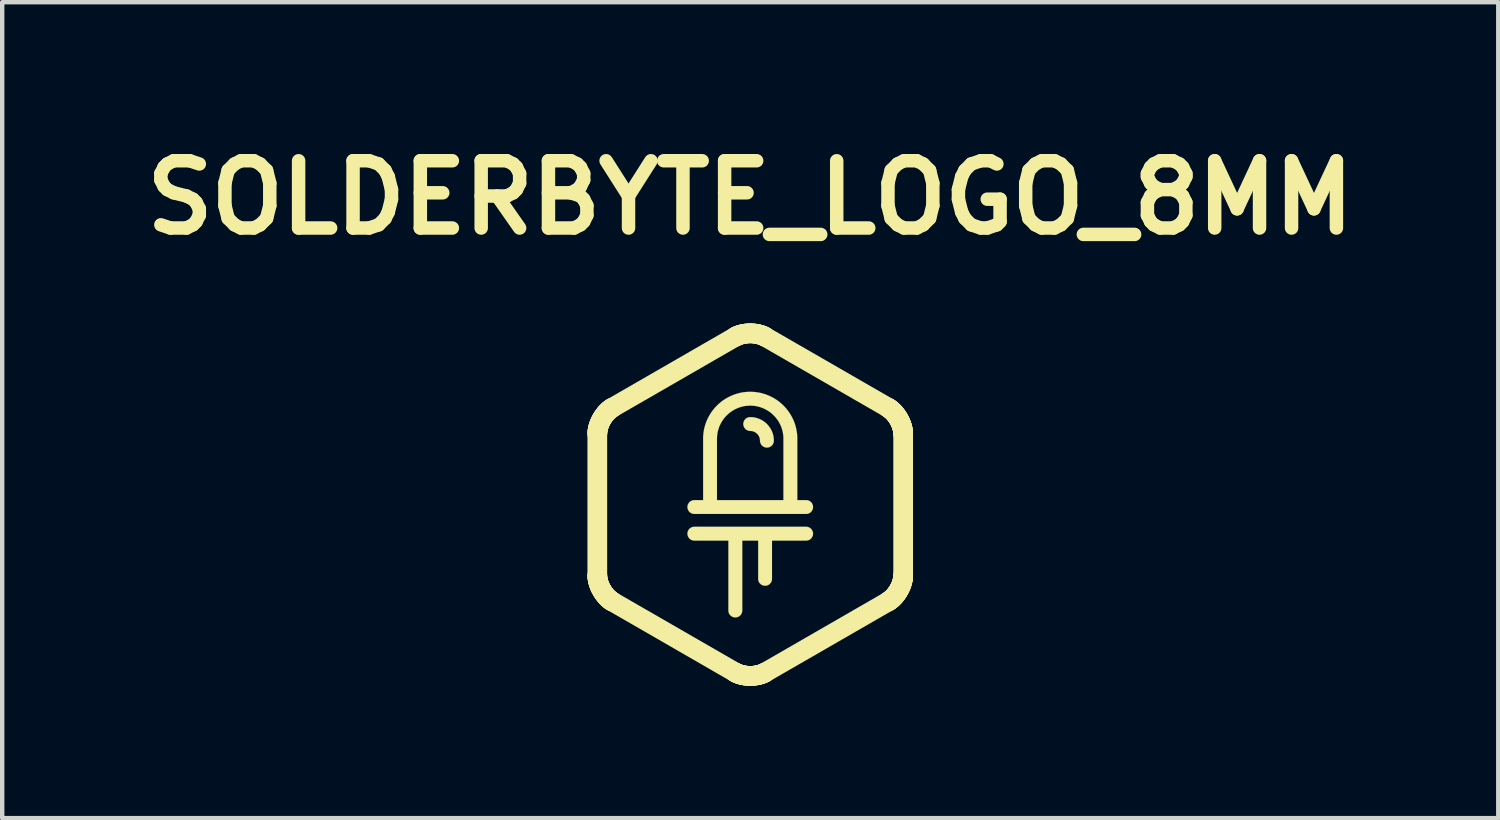
<source format=kicad_pcb>
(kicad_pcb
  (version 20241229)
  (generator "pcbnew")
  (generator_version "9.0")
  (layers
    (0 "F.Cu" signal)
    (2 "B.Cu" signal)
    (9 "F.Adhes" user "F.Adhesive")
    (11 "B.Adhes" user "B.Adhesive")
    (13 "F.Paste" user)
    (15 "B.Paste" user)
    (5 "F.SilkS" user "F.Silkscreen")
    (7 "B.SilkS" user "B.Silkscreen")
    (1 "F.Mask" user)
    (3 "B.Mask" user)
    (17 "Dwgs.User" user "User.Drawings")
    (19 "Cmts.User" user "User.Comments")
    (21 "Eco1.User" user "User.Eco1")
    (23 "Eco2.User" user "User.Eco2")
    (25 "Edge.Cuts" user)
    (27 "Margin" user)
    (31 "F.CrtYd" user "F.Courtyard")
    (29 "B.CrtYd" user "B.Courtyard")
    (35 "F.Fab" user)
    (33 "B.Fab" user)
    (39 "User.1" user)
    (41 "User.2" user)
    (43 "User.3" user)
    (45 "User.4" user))
  (footprint "SOLDERBYTE_LOGO_8MM"
    (layer "F.Cu")
    (at 13.948 8.383)
    (property "Reference" "SOLDERBYTE_LOGO_8MM" (at 0 -6.956 0) (layer "F.SilkS") (effects (font (size 1.524 1.524) (thickness 0.305))))
    (attr through_hole)
    (fp_line (start -3.465 -1.599) (end -3.464 -1.624) (stroke (width 0.447) (type solid)) (layer "F.SilkS"))
    (fp_line (start -3.465 1.599) (end -3.465 -1.599) (stroke (width 0.447) (type solid)) (layer "F.SilkS"))
    (fp_line (start -3.464 -1.624) (end -3.463 -1.649) (stroke (width 0.447) (type solid)) (layer "F.SilkS"))
    (fp_line (start -3.464 1.624) (end -3.465 1.599) (stroke (width 0.447) (type solid)) (layer "F.SilkS"))
    (fp_line (start -3.463 -1.649) (end -3.46 -1.674) (stroke (width 0.447) (type solid)) (layer "F.SilkS"))
    (fp_line (start -3.463 1.649) (end -3.464 1.624) (stroke (width 0.447) (type solid)) (layer "F.SilkS"))
    (fp_line (start -3.46 -1.674) (end -3.455 -1.7) (stroke (width 0.447) (type solid)) (layer "F.SilkS"))
    (fp_line (start -3.46 1.674) (end -3.463 1.649) (stroke (width 0.447) (type solid)) (layer "F.SilkS"))
    (fp_line (start -3.455 -1.7) (end -3.45 -1.725) (stroke (width 0.447) (type solid)) (layer "F.SilkS"))
    (fp_line (start -3.455 1.7) (end -3.46 1.674) (stroke (width 0.447) (type solid)) (layer "F.SilkS"))
    (fp_line (start -3.45 -1.725) (end -3.443 -1.751) (stroke (width 0.447) (type solid)) (layer "F.SilkS"))
    (fp_line (start -3.45 1.725) (end -3.455 1.7) (stroke (width 0.447) (type solid)) (layer "F.SilkS"))
    (fp_line (start -3.443 -1.751) (end -3.436 -1.777) (stroke (width 0.447) (type solid)) (layer "F.SilkS"))
    (fp_line (start -3.443 1.751) (end -3.45 1.725) (stroke (width 0.447) (type solid)) (layer "F.SilkS"))
    (fp_line (start -3.436 -1.777) (end -3.427 -1.802) (stroke (width 0.447) (type solid)) (layer "F.SilkS"))
    (fp_line (start -3.436 1.777) (end -3.443 1.751) (stroke (width 0.447) (type solid)) (layer "F.SilkS"))
    (fp_line (start -3.427 -1.802) (end -3.418 -1.828) (stroke (width 0.447) (type solid)) (layer "F.SilkS"))
    (fp_line (start -3.427 1.802) (end -3.436 1.777) (stroke (width 0.447) (type solid)) (layer "F.SilkS"))
    (fp_line (start -3.418 -1.828) (end -3.407 -1.853) (stroke (width 0.447) (type solid)) (layer "F.SilkS"))
    (fp_line (start -3.418 1.828) (end -3.427 1.802) (stroke (width 0.447) (type solid)) (layer "F.SilkS"))
    (fp_line (start -3.407 -1.853) (end -3.396 -1.879) (stroke (width 0.447) (type solid)) (layer "F.SilkS"))
    (fp_line (start -3.407 1.854) (end -3.418 1.828) (stroke (width 0.447) (type solid)) (layer "F.SilkS"))
    (fp_line (start -3.396 -1.879) (end -3.383 -1.904) (stroke (width 0.447) (type solid)) (layer "F.SilkS"))
    (fp_line (start -3.396 1.879) (end -3.407 1.854) (stroke (width 0.447) (type solid)) (layer "F.SilkS"))
    (fp_line (start -3.383 -1.904) (end -3.37 -1.928) (stroke (width 0.447) (type solid)) (layer "F.SilkS"))
    (fp_line (start -3.383 1.904) (end -3.396 1.879) (stroke (width 0.447) (type solid)) (layer "F.SilkS"))
    (fp_line (start -3.37 -1.928) (end -3.356 -1.952) (stroke (width 0.447) (type solid)) (layer "F.SilkS"))
    (fp_line (start -3.37 1.928) (end -3.383 1.904) (stroke (width 0.447) (type solid)) (layer "F.SilkS"))
    (fp_line (start -3.356 -1.952) (end -3.342 -1.976) (stroke (width 0.447) (type solid)) (layer "F.SilkS"))
    (fp_line (start -3.356 1.952) (end -3.37 1.928) (stroke (width 0.447) (type solid)) (layer "F.SilkS"))
    (fp_line (start -3.342 -1.976) (end -3.326 -1.999) (stroke (width 0.447) (type solid)) (layer "F.SilkS"))
    (fp_line (start -3.342 1.976) (end -3.356 1.952) (stroke (width 0.447) (type solid)) (layer "F.SilkS"))
    (fp_line (start -3.326 -1.999) (end -3.31 -2.022) (stroke (width 0.447) (type solid)) (layer "F.SilkS"))
    (fp_line (start -3.326 1.999) (end -3.342 1.976) (stroke (width 0.447) (type solid)) (layer "F.SilkS"))
    (fp_line (start -3.31 -2.022) (end -3.293 -2.043) (stroke (width 0.447) (type solid)) (layer "F.SilkS"))
    (fp_line (start -3.31 2.022) (end -3.326 1.999) (stroke (width 0.447) (type solid)) (layer "F.SilkS"))
    (fp_line (start -3.293 -2.043) (end -3.276 -2.065) (stroke (width 0.447) (type solid)) (layer "F.SilkS"))
    (fp_line (start -3.293 2.043) (end -3.31 2.022) (stroke (width 0.447) (type solid)) (layer "F.SilkS"))
    (fp_line (start -3.276 -2.065) (end -3.258 -2.085) (stroke (width 0.447) (type solid)) (layer "F.SilkS"))
    (fp_line (start -3.276 2.065) (end -3.293 2.043) (stroke (width 0.447) (type solid)) (layer "F.SilkS"))
    (fp_line (start -3.258 -2.085) (end -3.239 -2.104) (stroke (width 0.447) (type solid)) (layer "F.SilkS"))
    (fp_line (start -3.258 2.085) (end -3.276 2.065) (stroke (width 0.447) (type solid)) (layer "F.SilkS"))
    (fp_line (start -3.239 -2.104) (end -3.22 -2.123) (stroke (width 0.447) (type solid)) (layer "F.SilkS"))
    (fp_line (start -3.239 2.104) (end -3.258 2.085) (stroke (width 0.447) (type solid)) (layer "F.SilkS"))
    (fp_line (start -3.22 -2.123) (end -3.201 -2.14) (stroke (width 0.447) (type solid)) (layer "F.SilkS"))
    (fp_line (start -3.22 2.123) (end -3.239 2.104) (stroke (width 0.447) (type solid)) (layer "F.SilkS"))
    (fp_line (start -3.201 -2.14) (end -3.181 -2.157) (stroke (width 0.447) (type solid)) (layer "F.SilkS"))
    (fp_line (start -3.201 2.14) (end -3.22 2.123) (stroke (width 0.447) (type solid)) (layer "F.SilkS"))
    (fp_line (start -3.181 -2.157) (end -3.161 -2.172) (stroke (width 0.447) (type solid)) (layer "F.SilkS"))
    (fp_line (start -3.181 2.157) (end -3.201 2.14) (stroke (width 0.447) (type solid)) (layer "F.SilkS"))
    (fp_line (start -3.161 -2.172) (end -3.14 -2.186) (stroke (width 0.447) (type solid)) (layer "F.SilkS"))
    (fp_line (start -3.161 2.172) (end -3.181 2.157) (stroke (width 0.447) (type solid)) (layer "F.SilkS"))
    (fp_line (start -3.14 -2.186) (end -3.119 -2.199) (stroke (width 0.447) (type solid)) (layer "F.SilkS"))
    (fp_line (start -3.14 2.186) (end -3.161 2.172) (stroke (width 0.447) (type solid)) (layer "F.SilkS"))
    (fp_line (start -3.119 -2.199) (end -0.346 -3.798) (stroke (width 0.447) (type solid)) (layer "F.SilkS"))
    (fp_line (start -3.119 2.199) (end -3.14 2.186) (stroke (width 0.447) (type solid)) (layer "F.SilkS"))
    (fp_line (start -0.346 -3.798) (end -0.325 -3.81) (stroke (width 0.447) (type solid)) (layer "F.SilkS"))
    (fp_line (start -0.346 3.798) (end -3.119 2.199) (stroke (width 0.447) (type solid)) (layer "F.SilkS"))
    (fp_line (start -0.325 -3.81) (end -0.302 -3.821) (stroke (width 0.447) (type solid)) (layer "F.SilkS"))
    (fp_line (start -0.325 3.81) (end -0.346 3.798) (stroke (width 0.447) (type solid)) (layer "F.SilkS"))
    (fp_line (start -0.302 -3.821) (end -0.279 -3.831) (stroke (width 0.447) (type solid)) (layer "F.SilkS"))
    (fp_line (start -0.302 3.821) (end -0.325 3.81) (stroke (width 0.447) (type solid)) (layer "F.SilkS"))
    (fp_line (start -0.279 -3.831) (end -0.254 -3.84) (stroke (width 0.447) (type solid)) (layer "F.SilkS"))
    (fp_line (start -0.279 3.831) (end -0.302 3.821) (stroke (width 0.447) (type solid)) (layer "F.SilkS"))
    (fp_line (start -0.254 -3.84) (end -0.23 -3.848) (stroke (width 0.447) (type solid)) (layer "F.SilkS"))
    (fp_line (start -0.254 3.84) (end -0.279 3.831) (stroke (width 0.447) (type solid)) (layer "F.SilkS"))
    (fp_line (start -0.23 -3.848) (end -0.204 -3.855) (stroke (width 0.447) (type solid)) (layer "F.SilkS"))
    (fp_line (start -0.23 3.848) (end -0.254 3.84) (stroke (width 0.447) (type solid)) (layer "F.SilkS"))
    (fp_line (start -0.204 -3.855) (end -0.178 -3.862) (stroke (width 0.447) (type solid)) (layer "F.SilkS"))
    (fp_line (start -0.204 3.855) (end -0.23 3.848) (stroke (width 0.447) (type solid)) (layer "F.SilkS"))
    (fp_line (start -0.178 -3.862) (end -0.151 -3.867) (stroke (width 0.447) (type solid)) (layer "F.SilkS"))
    (fp_line (start -0.178 3.862) (end -0.204 3.855) (stroke (width 0.447) (type solid)) (layer "F.SilkS"))
    (fp_line (start -0.151 -3.867) (end -0.124 -3.872) (stroke (width 0.447) (type solid)) (layer "F.SilkS"))
    (fp_line (start -0.151 3.867) (end -0.178 3.862) (stroke (width 0.447) (type solid)) (layer "F.SilkS"))
    (fp_line (start -0.124 -3.872) (end -0.097 -3.875) (stroke (width 0.447) (type solid)) (layer "F.SilkS"))
    (fp_line (start -0.124 3.872) (end -0.151 3.867) (stroke (width 0.447) (type solid)) (layer "F.SilkS"))
    (fp_line (start -0.097 -3.875) (end -0.07 -3.878) (stroke (width 0.447) (type solid)) (layer "F.SilkS"))
    (fp_line (start -0.097 3.875) (end -0.124 3.872) (stroke (width 0.447) (type solid)) (layer "F.SilkS"))
    (fp_line (start -0.07 -3.878) (end -0.042 -3.88) (stroke (width 0.447) (type solid)) (layer "F.SilkS"))
    (fp_line (start -0.07 3.878) (end -0.097 3.875) (stroke (width 0.447) (type solid)) (layer "F.SilkS"))
    (fp_line (start -0.042 -3.88) (end -0.014 -3.881) (stroke (width 0.447) (type solid)) (layer "F.SilkS"))
    (fp_line (start -0.042 3.88) (end -0.07 3.878) (stroke (width 0.447) (type solid)) (layer "F.SilkS"))
    (fp_line (start -0.014 -3.881) (end 0.014 -3.881) (stroke (width 0.447) (type solid)) (layer "F.SilkS"))
    (fp_line (start -0.014 3.881) (end -0.042 3.88) (stroke (width 0.447) (type solid)) (layer "F.SilkS"))
    (fp_line (start 0.014 -3.881) (end 0.042 -3.88) (stroke (width 0.447) (type solid)) (layer "F.SilkS"))
    (fp_line (start 0.014 3.881) (end -0.014 3.881) (stroke (width 0.447) (type solid)) (layer "F.SilkS"))
    (fp_line (start 0.042 -3.88) (end 0.07 -3.878) (stroke (width 0.447) (type solid)) (layer "F.SilkS"))
    (fp_line (start 0.042 3.88) (end 0.014 3.881) (stroke (width 0.447) (type solid)) (layer "F.SilkS"))
    (fp_line (start 0.07 -3.878) (end 0.097 -3.875) (stroke (width 0.447) (type solid)) (layer "F.SilkS"))
    (fp_line (start 0.07 3.878) (end 0.042 3.88) (stroke (width 0.447) (type solid)) (layer "F.SilkS"))
    (fp_line (start 0.097 -3.875) (end 0.124 -3.872) (stroke (width 0.447) (type solid)) (layer "F.SilkS"))
    (fp_line (start 0.097 3.875) (end 0.07 3.878) (stroke (width 0.447) (type solid)) (layer "F.SilkS"))
    (fp_line (start 0.124 -3.872) (end 0.151 -3.867) (stroke (width 0.447) (type solid)) (layer "F.SilkS"))
    (fp_line (start 0.124 3.872) (end 0.097 3.875) (stroke (width 0.447) (type solid)) (layer "F.SilkS"))
    (fp_line (start 0.151 -3.867) (end 0.178 -3.862) (stroke (width 0.447) (type solid)) (layer "F.SilkS"))
    (fp_line (start 0.151 3.867) (end 0.124 3.872) (stroke (width 0.447) (type solid)) (layer "F.SilkS"))
    (fp_line (start 0.178 -3.862) (end 0.204 -3.855) (stroke (width 0.447) (type solid)) (layer "F.SilkS"))
    (fp_line (start 0.178 3.862) (end 0.151 3.867) (stroke (width 0.447) (type solid)) (layer "F.SilkS"))
    (fp_line (start 0.204 -3.855) (end 0.23 -3.848) (stroke (width 0.447) (type solid)) (layer "F.SilkS"))
    (fp_line (start 0.204 3.855) (end 0.178 3.862) (stroke (width 0.447) (type solid)) (layer "F.SilkS"))
    (fp_line (start 0.23 -3.848) (end 0.254 -3.84) (stroke (width 0.447) (type solid)) (layer "F.SilkS"))
    (fp_line (start 0.23 3.848) (end 0.204 3.855) (stroke (width 0.447) (type solid)) (layer "F.SilkS"))
    (fp_line (start 0.254 -3.84) (end 0.279 -3.831) (stroke (width 0.447) (type solid)) (layer "F.SilkS"))
    (fp_line (start 0.254 3.84) (end 0.23 3.848) (stroke (width 0.447) (type solid)) (layer "F.SilkS"))
    (fp_line (start 0.279 -3.831) (end 0.302 -3.821) (stroke (width 0.447) (type solid)) (layer "F.SilkS"))
    (fp_line (start 0.279 3.831) (end 0.254 3.84) (stroke (width 0.447) (type solid)) (layer "F.SilkS"))
    (fp_line (start 0.302 -3.821) (end 0.325 -3.81) (stroke (width 0.447) (type solid)) (layer "F.SilkS"))
    (fp_line (start 0.302 3.821) (end 0.279 3.831) (stroke (width 0.447) (type solid)) (layer "F.SilkS"))
    (fp_line (start 0.325 -3.81) (end 0.346 -3.798) (stroke (width 0.447) (type solid)) (layer "F.SilkS"))
    (fp_line (start 0.325 3.81) (end 0.302 3.821) (stroke (width 0.447) (type solid)) (layer "F.SilkS"))
    (fp_line (start 0.346 -3.798) (end 3.119 -2.199) (stroke (width 0.447) (type solid)) (layer "F.SilkS"))
    (fp_line (start 0.346 3.798) (end 0.325 3.81) (stroke (width 0.447) (type solid)) (layer "F.SilkS"))
    (fp_line (start 3.119 -2.199) (end 3.14 -2.186) (stroke (width 0.447) (type solid)) (layer "F.SilkS"))
    (fp_line (start 3.119 2.199) (end 0.346 3.798) (stroke (width 0.447) (type solid)) (layer "F.SilkS"))
    (fp_line (start 3.14 -2.186) (end 3.16 -2.172) (stroke (width 0.447) (type solid)) (layer "F.SilkS"))
    (fp_line (start 3.14 2.186) (end 3.119 2.199) (stroke (width 0.447) (type solid)) (layer "F.SilkS"))
    (fp_line (start 3.16 -2.172) (end 3.181 -2.157) (stroke (width 0.447) (type solid)) (layer "F.SilkS"))
    (fp_line (start 3.16 2.172) (end 3.14 2.186) (stroke (width 0.447) (type solid)) (layer "F.SilkS"))
    (fp_line (start 3.181 -2.157) (end 3.201 -2.14) (stroke (width 0.447) (type solid)) (layer "F.SilkS"))
    (fp_line (start 3.181 2.157) (end 3.16 2.172) (stroke (width 0.447) (type solid)) (layer "F.SilkS"))
    (fp_line (start 3.201 -2.14) (end 3.22 -2.123) (stroke (width 0.447) (type solid)) (layer "F.SilkS"))
    (fp_line (start 3.201 2.14) (end 3.181 2.157) (stroke (width 0.447) (type solid)) (layer "F.SilkS"))
    (fp_line (start 3.22 -2.123) (end 3.239 -2.104) (stroke (width 0.447) (type solid)) (layer "F.SilkS"))
    (fp_line (start 3.22 2.123) (end 3.201 2.14) (stroke (width 0.447) (type solid)) (layer "F.SilkS"))
    (fp_line (start 3.239 -2.104) (end 3.258 -2.085) (stroke (width 0.447) (type solid)) (layer "F.SilkS"))
    (fp_line (start 3.239 2.104) (end 3.22 2.123) (stroke (width 0.447) (type solid)) (layer "F.SilkS"))
    (fp_line (start 3.258 -2.085) (end 3.276 -2.065) (stroke (width 0.447) (type solid)) (layer "F.SilkS"))
    (fp_line (start 3.258 2.085) (end 3.239 2.104) (stroke (width 0.447) (type solid)) (layer "F.SilkS"))
    (fp_line (start 3.276 -2.065) (end 3.293 -2.043) (stroke (width 0.447) (type solid)) (layer "F.SilkS"))
    (fp_line (start 3.276 2.065) (end 3.258 2.085) (stroke (width 0.447) (type solid)) (layer "F.SilkS"))
    (fp_line (start 3.293 -2.043) (end 3.31 -2.022) (stroke (width 0.447) (type solid)) (layer "F.SilkS"))
    (fp_line (start 3.293 2.043) (end 3.276 2.065) (stroke (width 0.447) (type solid)) (layer "F.SilkS"))
    (fp_line (start 3.31 -2.022) (end 3.326 -1.999) (stroke (width 0.447) (type solid)) (layer "F.SilkS"))
    (fp_line (start 3.31 2.022) (end 3.293 2.043) (stroke (width 0.447) (type solid)) (layer "F.SilkS"))
    (fp_line (start 3.326 -1.999) (end 3.342 -1.976) (stroke (width 0.447) (type solid)) (layer "F.SilkS"))
    (fp_line (start 3.326 1.999) (end 3.31 2.022) (stroke (width 0.447) (type solid)) (layer "F.SilkS"))
    (fp_line (start 3.342 -1.976) (end 3.356 -1.952) (stroke (width 0.447) (type solid)) (layer "F.SilkS"))
    (fp_line (start 3.342 1.976) (end 3.326 1.999) (stroke (width 0.447) (type solid)) (layer "F.SilkS"))
    (fp_line (start 3.356 -1.952) (end 3.37 -1.928) (stroke (width 0.447) (type solid)) (layer "F.SilkS"))
    (fp_line (start 3.356 1.952) (end 3.342 1.976) (stroke (width 0.447) (type solid)) (layer "F.SilkS"))
    (fp_line (start 3.37 -1.928) (end 3.383 -1.904) (stroke (width 0.447) (type solid)) (layer "F.SilkS"))
    (fp_line (start 3.37 1.928) (end 3.356 1.952) (stroke (width 0.447) (type solid)) (layer "F.SilkS"))
    (fp_line (start 3.383 -1.904) (end 3.396 -1.879) (stroke (width 0.447) (type solid)) (layer "F.SilkS"))
    (fp_line (start 3.383 1.904) (end 3.37 1.928) (stroke (width 0.447) (type solid)) (layer "F.SilkS"))
    (fp_line (start 3.396 -1.879) (end 3.407 -1.853) (stroke (width 0.447) (type solid)) (layer "F.SilkS"))
    (fp_line (start 3.396 1.879) (end 3.383 1.904) (stroke (width 0.447) (type solid)) (layer "F.SilkS"))
    (fp_line (start 3.407 -1.853) (end 3.418 -1.828) (stroke (width 0.447) (type solid)) (layer "F.SilkS"))
    (fp_line (start 3.407 1.854) (end 3.396 1.879) (stroke (width 0.447) (type solid)) (layer "F.SilkS"))
    (fp_line (start 3.418 -1.828) (end 3.427 -1.802) (stroke (width 0.447) (type solid)) (layer "F.SilkS"))
    (fp_line (start 3.418 1.828) (end 3.407 1.854) (stroke (width 0.447) (type solid)) (layer "F.SilkS"))
    (fp_line (start 3.427 -1.802) (end 3.436 -1.777) (stroke (width 0.447) (type solid)) (layer "F.SilkS"))
    (fp_line (start 3.427 1.802) (end 3.418 1.828) (stroke (width 0.447) (type solid)) (layer "F.SilkS"))
    (fp_line (start 3.436 -1.777) (end 3.443 -1.751) (stroke (width 0.447) (type solid)) (layer "F.SilkS"))
    (fp_line (start 3.436 1.777) (end 3.427 1.802) (stroke (width 0.447) (type solid)) (layer "F.SilkS"))
    (fp_line (start 3.443 -1.751) (end 3.45 -1.725) (stroke (width 0.447) (type solid)) (layer "F.SilkS"))
    (fp_line (start 3.443 1.751) (end 3.436 1.777) (stroke (width 0.447) (type solid)) (layer "F.SilkS"))
    (fp_line (start 3.45 -1.725) (end 3.455 -1.7) (stroke (width 0.447) (type solid)) (layer "F.SilkS"))
    (fp_line (start 3.45 1.725) (end 3.443 1.751) (stroke (width 0.447) (type solid)) (layer "F.SilkS"))
    (fp_line (start 3.455 -1.7) (end 3.46 -1.674) (stroke (width 0.447) (type solid)) (layer "F.SilkS"))
    (fp_line (start 3.455 1.7) (end 3.45 1.725) (stroke (width 0.447) (type solid)) (layer "F.SilkS"))
    (fp_line (start 3.46 -1.674) (end 3.463 -1.649) (stroke (width 0.447) (type solid)) (layer "F.SilkS"))
    (fp_line (start 3.46 1.674) (end 3.455 1.7) (stroke (width 0.447) (type solid)) (layer "F.SilkS"))
    (fp_line (start 3.463 -1.649) (end 3.464 -1.624) (stroke (width 0.447) (type solid)) (layer "F.SilkS"))
    (fp_line (start 3.463 1.649) (end 3.46 1.674) (stroke (width 0.447) (type solid)) (layer "F.SilkS"))
    (fp_line (start 3.464 -1.624) (end 3.465 -1.599) (stroke (width 0.447) (type solid)) (layer "F.SilkS"))
    (fp_line (start 3.464 1.624) (end 3.463 1.649) (stroke (width 0.447) (type solid)) (layer "F.SilkS"))
    (fp_line (start 3.465 -1.599) (end 3.465 1.599) (stroke (width 0.447) (type solid)) (layer "F.SilkS"))
    (fp_line (start 3.465 1.599) (end 3.464 1.624) (stroke (width 0.447) (type solid)) (layer "F.SilkS"))
    (fp_poly (pts (xy -0.000003 -1.983) (xy -0.025 -1.981) (xy -0.05 -1.975) (xy -0.072 -1.966) (xy -0.093 -1.953) (xy -0.111 -1.937) (xy -0.127 -1.919) (xy -0.139 -1.898) (xy -0.149 -1.876) (xy -0.155 -1.852) (xy -0.157 -1.826) (xy -0.155 -1.801) (xy -0.149 -1.777) (xy -0.139 -1.754) (xy -0.127 -1.734) (xy -0.111 -1.715) (xy -0.093 -1.7) (xy -0.072 -1.687) (xy -0.05 -1.677) (xy -0.025 -1.671) (xy -0.000003 -1.669) (xy 0.026 -1.668) (xy 0.051 -1.664) (xy 0.074 -1.656) (xy 0.097 -1.647) (xy 0.118 -1.635) (xy 0.138 -1.621) (xy 0.156 -1.605) (xy 0.172 -1.587) (xy 0.187 -1.567) (xy 0.199 -1.546) (xy 0.208 -1.523) (xy 0.215 -1.5) (xy 0.22 -1.475) (xy 0.221 -1.449) (xy 0.223 -1.424) (xy 0.229 -1.399) (xy 0.239 -1.377) (xy 0.251 -1.356) (xy 0.267 -1.338) (xy 0.285 -1.322) (xy 0.306 -1.31) (xy 0.328 -1.3) (xy 0.352 -1.294) (xy 0.378 -1.292) (xy 0.403 -1.294) (xy 0.427 -1.3) (xy 0.45 -1.31) (xy 0.471 -1.322) (xy 0.489 -1.338) (xy 0.505 -1.356) (xy 0.517 -1.377) (xy 0.527 -1.399) (xy 0.533 -1.424) (xy 0.535 -1.449) (xy 0.534 -1.476) (xy 0.532 -1.502) (xy 0.529 -1.528) (xy 0.525 -1.553) (xy 0.519 -1.578) (xy 0.512 -1.603) (xy 0.504 -1.627) (xy 0.495 -1.651) (xy 0.485 -1.674) (xy 0.474 -1.696) (xy 0.462 -1.718) (xy 0.448 -1.74) (xy 0.434 -1.76) (xy 0.419 -1.78) (xy 0.403 -1.799) (xy 0.387 -1.818) (xy 0.369 -1.835) (xy 0.351 -1.852) (xy 0.331 -1.868) (xy 0.312 -1.883) (xy 0.291 -1.897) (xy 0.27 -1.91) (xy 0.248 -1.922) (xy 0.225 -1.933) (xy 0.202 -1.943) (xy 0.178 -1.952) (xy 0.154 -1.96) (xy 0.13 -1.967) (xy 0.104 -1.973) (xy 0.079 -1.977) (xy 0.053 -1.98) (xy 0.027 -1.982) (xy -0.000003 -1.983)) (stroke (width 0.003) (type solid)) (fill yes) (layer "F.SilkS"))
    (fp_poly (pts (xy 1.266 0.815) (xy 1.291 0.813) (xy 1.316 0.807) (xy 1.338 0.798) (xy 1.359 0.785) (xy 1.377 0.769) (xy 1.393 0.751) (xy 1.405 0.73) (xy 1.415 0.708) (xy 1.421 0.684) (xy 1.423 0.658) (xy 1.421 0.633) (xy 1.415 0.609) (xy 1.405 0.586) (xy 1.393 0.566) (xy 1.377 0.547) (xy 1.359 0.532) (xy 1.338 0.519) (xy 1.316 0.509) (xy 1.291 0.504) (xy 1.266 0.501) (xy -1.266 0.501) (xy -1.291 0.504) (xy -1.316 0.509) (xy -1.338 0.519) (xy -1.359 0.532) (xy -1.377 0.547) (xy -1.393 0.566) (xy -1.405 0.586) (xy -1.415 0.609) (xy -1.421 0.633) (xy -1.423 0.658) (xy -1.421 0.684) (xy -1.415 0.708) (xy -1.405 0.73) (xy -1.393 0.751) (xy -1.377 0.769) (xy -1.359 0.785) (xy -1.338 0.798) (xy -1.316 0.807) (xy -1.291 0.813) (xy -1.266 0.815) (xy -0.495 0.815) (xy -0.495 2.4) (xy -0.493 2.425) (xy -0.487 2.449) (xy -0.477 2.472) (xy -0.465 2.492) (xy -0.449 2.51) (xy -0.431 2.526) (xy -0.41 2.539) (xy -0.388 2.548) (xy -0.363 2.554) (xy -0.338 2.556) (xy -0.313 2.554) (xy -0.288 2.548) (xy -0.266 2.539) (xy -0.245 2.526) (xy -0.227 2.51) (xy -0.211 2.492) (xy -0.199 2.472) (xy -0.189 2.449) (xy -0.183 2.425) (xy -0.181 2.4) (xy -0.181 0.815) (xy 0.18 0.815) (xy 0.18 1.681) (xy 0.182 1.707) (xy 0.188 1.731) (xy 0.197 1.754) (xy 0.21 1.774) (xy 0.226 1.792) (xy 0.244 1.808) (xy 0.264 1.821) (xy 0.287 1.83) (xy 0.311 1.836) (xy 0.337 1.838) (xy 0.362 1.836) (xy 0.386 1.83) (xy 0.409 1.821) (xy 0.429 1.808) (xy 0.447 1.792) (xy 0.463 1.774) (xy 0.476 1.754) (xy 0.485 1.731) (xy 0.491 1.707) (xy 0.493 1.681) (xy 0.493 0.815) (xy 1.266 0.815)) (stroke (width 0.003) (type solid)) (fill yes) (layer "F.SilkS"))
    (fp_poly (pts (xy -0.754 -1.492) (xy -0.754 -2.244) (xy -0.771 -2.227) (xy -0.788 -2.209) (xy -0.805 -2.19) (xy -0.821 -2.171) (xy -0.837 -2.152) (xy -0.852 -2.132) (xy -0.867 -2.112) (xy -0.881 -2.092) (xy -0.895 -2.071) (xy -0.908 -2.05) (xy -0.921 -2.029) (xy -0.934 -2.007) (xy -0.945 -1.985) (xy -0.957 -1.963) (xy -0.968 -1.941) (xy -0.978 -1.918) (xy -0.988 -1.895) (xy -0.997 -1.871) (xy -1.006 -1.847) (xy -1.014 -1.823) (xy -1.022 -1.799) (xy -1.029 -1.775) (xy -1.036 -1.75) (xy -1.041 -1.725) (xy -1.047 -1.7) (xy -1.052 -1.675) (xy -1.056 -1.649) (xy -1.059 -1.624) (xy -1.062 -1.598) (xy -1.064 -1.572) (xy -1.066 -1.545) (xy -1.067 -1.519) (xy -1.067 -1.492) (xy -1.067 -0.102) (xy -1.266 -0.102) (xy -1.291 -0.1) (xy -1.316 -0.094) (xy -1.338 -0.085) (xy -1.359 -0.072) (xy -1.377 -0.057) (xy -1.393 -0.038) (xy -1.405 -0.018) (xy -1.415 0.005) (xy -1.421 0.029) (xy -1.423 0.054) (xy -1.421 0.08) (xy -1.415 0.104) (xy -1.405 0.126) (xy -1.393 0.147) (xy -1.377 0.165) (xy -1.359 0.181) (xy -1.338 0.194) (xy -1.316 0.203) (xy -1.291 0.209) (xy -1.266 0.211) (xy 1.266 0.211) (xy 1.291 0.209) (xy 1.316 0.203) (xy 1.338 0.194) (xy 1.359 0.181) (xy 1.377 0.165) (xy 1.393 0.147) (xy 1.405 0.126) (xy 1.415 0.104) (xy 1.421 0.08) (xy 1.423 0.054) (xy 1.421 0.029) (xy 1.415 0.005) (xy 1.405 -0.018) (xy 1.393 -0.038) (xy 1.377 -0.057) (xy 1.359 -0.072) (xy 1.338 -0.085) (xy 1.316 -0.094) (xy 1.291 -0.1) (xy 1.266 -0.102) (xy 1.066 -0.102) (xy 1.066 -1.493) (xy 1.066 -1.519) (xy 1.065 -1.546) (xy 1.063 -1.572) (xy 1.061 -1.598) (xy 1.058 -1.624) (xy 1.054 -1.65) (xy 1.05 -1.675) (xy 1.045 -1.7) (xy 1.04 -1.726) (xy 1.034 -1.75) (xy 1.028 -1.775) (xy 1.021 -1.8) (xy 1.013 -1.824) (xy 1.005 -1.848) (xy 0.996 -1.871) (xy 0.987 -1.895) (xy 0.977 -1.918) (xy 0.966 -1.941) (xy 0.955 -1.963) (xy 0.944 -1.986) (xy 0.932 -2.007) (xy 0.92 -2.029) (xy 0.907 -2.05) (xy 0.893 -2.071) (xy 0.88 -2.092) (xy 0.865 -2.112) (xy 0.85 -2.132) (xy 0.835 -2.152) (xy 0.82 -2.171) (xy 0.803 -2.19) (xy 0.787 -2.209) (xy 0.77 -2.227) (xy 0.753 -2.244) (xy 0.735 -2.262) (xy 0.717 -2.279) (xy 0.698 -2.295) (xy 0.679 -2.311) (xy 0.66 -2.327) (xy 0.64 -2.342) (xy 0.62 -2.357) (xy 0.6 -2.371) (xy 0.579 -2.385) (xy 0.558 -2.398) (xy 0.537 -2.411) (xy 0.515 -2.423) (xy 0.493 -2.435) (xy 0.47 -2.446) (xy 0.448 -2.457) (xy 0.425 -2.468) (xy 0.402 -2.477) (xy 0.378 -2.487) (xy 0.355 -2.495) (xy 0.331 -2.504) (xy 0.306 -2.511) (xy 0.282 -2.518) (xy 0.257 -2.525) (xy 0.232 -2.531) (xy 0.207 -2.536) (xy 0.182 -2.541) (xy 0.156 -2.545) (xy 0.131 -2.548) (xy 0.105 -2.551) (xy 0.079 -2.553) (xy 0.052 -2.555) (xy 0.026 -2.556) (xy -0.001 -2.556) (xy -0.027 -2.556) (xy -0.054 -2.555) (xy -0.08 -2.553) (xy -0.106 -2.551) (xy -0.132 -2.548) (xy -0.158 -2.545) (xy -0.183 -2.541) (xy -0.209 -2.536) (xy -0.234 -2.531) (xy -0.259 -2.525) (xy -0.283 -2.518) (xy -0.308 -2.511) (xy -0.332 -2.504) (xy -0.356 -2.495) (xy -0.38 -2.487) (xy -0.403 -2.477) (xy -0.426 -2.468) (xy -0.449 -2.457) (xy -0.472 -2.446) (xy -0.494 -2.435) (xy -0.516 -2.423) (xy -0.538 -2.411) (xy -0.559 -2.398) (xy -0.58 -2.385) (xy -0.601 -2.371) (xy -0.622 -2.357) (xy -0.642 -2.342) (xy -0.661 -2.327) (xy -0.681 -2.311) (xy -0.699 -2.295) (xy -0.718 -2.279) (xy -0.736 -2.262) (xy -0.754 -2.244) (xy -0.754 -1.492) (xy -0.753 -1.519) (xy -0.752 -1.545) (xy -0.749 -1.571) (xy -0.746 -1.596) (xy -0.742 -1.621) (xy -0.738 -1.646) (xy -0.732 -1.671) (xy -0.725 -1.696) (xy -0.718 -1.72) (xy -0.71 -1.743) (xy -0.701 -1.767) (xy -0.692 -1.79) (xy -0.681 -1.812) (xy -0.67 -1.835) (xy -0.658 -1.857) (xy -0.646 -1.878) (xy -0.633 -1.899) (xy -0.619 -1.919) (xy -0.605 -1.939) (xy -0.59 -1.959) (xy -0.574 -1.978) (xy -0.558 -1.996) (xy -0.541 -2.014) (xy -0.523 -2.031) (xy -0.505 -2.048) (xy -0.487 -2.064) (xy -0.468 -2.08) (xy -0.448 -2.095) (xy -0.428 -2.109) (xy -0.408 -2.123) (xy -0.387 -2.136) (xy -0.365 -2.148) (xy -0.343 -2.16) (xy -0.321 -2.171) (xy -0.299 -2.181) (xy -0.275 -2.191) (xy -0.252 -2.2) (xy -0.228 -2.208) (xy -0.204 -2.215) (xy -0.18 -2.221) (xy -0.155 -2.227) (xy -0.13 -2.232) (xy -0.105 -2.236) (xy -0.079 -2.239) (xy -0.053 -2.241) (xy -0.027 -2.242) (xy -0.001 -2.243) (xy 0.026 -2.242) (xy 0.052 -2.241) (xy 0.078 -2.239) (xy 0.103 -2.236) (xy 0.128 -2.232) (xy 0.154 -2.227) (xy 0.178 -2.221) (xy 0.203 -2.215) (xy 0.227 -2.208) (xy 0.251 -2.2) (xy 0.274 -2.191) (xy 0.297 -2.181) (xy 0.32 -2.171) (xy 0.342 -2.16) (xy 0.364 -2.148) (xy 0.385 -2.136) (xy 0.406 -2.123) (xy 0.427 -2.109) (xy 0.447 -2.095) (xy 0.467 -2.08) (xy 0.486 -2.064) (xy 0.504 -2.048) (xy 0.522 -2.031) (xy 0.539 -2.014) (xy 0.556 -1.996) (xy 0.573 -1.978) (xy 0.588 -1.959) (xy 0.603 -1.939) (xy 0.618 -1.919) (xy 0.632 -1.899) (xy 0.645 -1.878) (xy 0.657 -1.857) (xy 0.669 -1.835) (xy 0.68 -1.813) (xy 0.69 -1.79) (xy 0.7 -1.767) (xy 0.709 -1.744) (xy 0.717 -1.72) (xy 0.724 -1.696) (xy 0.73 -1.671) (xy 0.736 -1.647) (xy 0.741 -1.622) (xy 0.745 -1.596) (xy 0.748 -1.571) (xy 0.75 -1.545) (xy 0.752 -1.519) (xy 0.752 -1.493) (xy 0.752 -0.102) (xy -0.754 -0.102) (xy -0.754 -1.492)) (stroke (width 0.003) (type solid)) (fill yes) (layer "F.SilkS")))
  (gr_rect
    (start -3 -3)
    (end 30.896 15.487)
    (stroke (width 0.1) (type default))
    (fill no)
    (layer "Edge.Cuts")))
</source>
